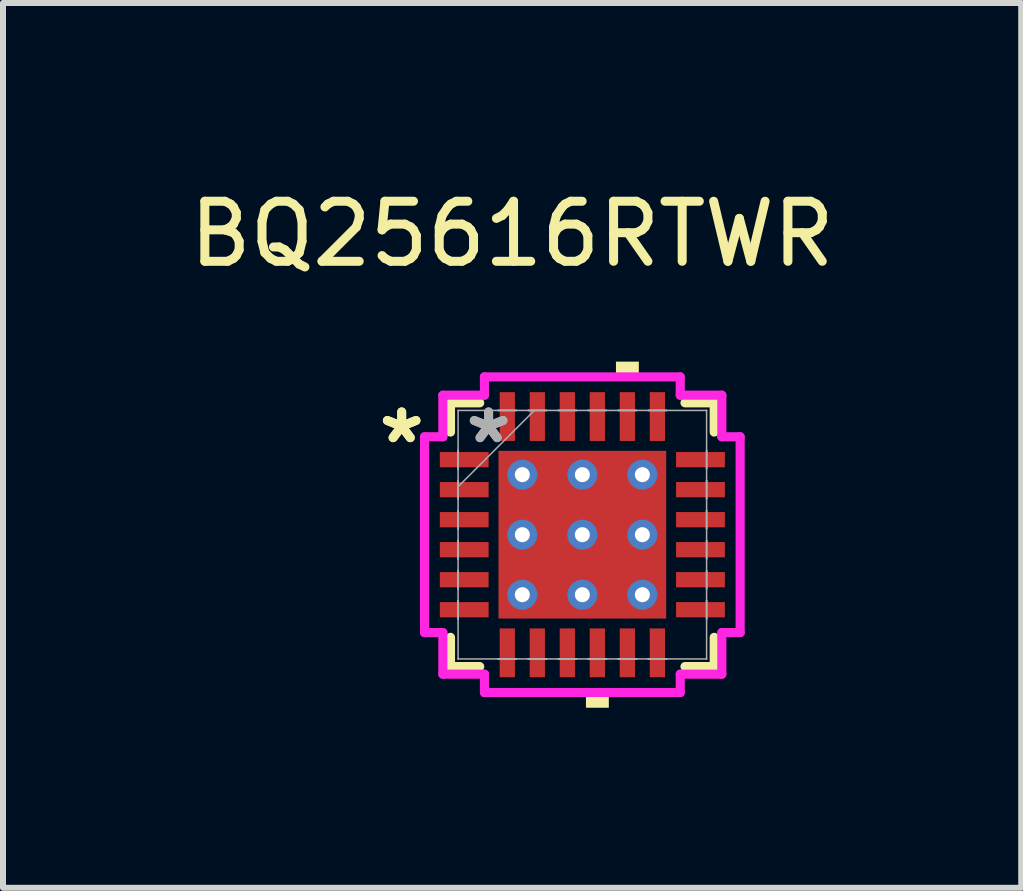
<source format=kicad_pcb>
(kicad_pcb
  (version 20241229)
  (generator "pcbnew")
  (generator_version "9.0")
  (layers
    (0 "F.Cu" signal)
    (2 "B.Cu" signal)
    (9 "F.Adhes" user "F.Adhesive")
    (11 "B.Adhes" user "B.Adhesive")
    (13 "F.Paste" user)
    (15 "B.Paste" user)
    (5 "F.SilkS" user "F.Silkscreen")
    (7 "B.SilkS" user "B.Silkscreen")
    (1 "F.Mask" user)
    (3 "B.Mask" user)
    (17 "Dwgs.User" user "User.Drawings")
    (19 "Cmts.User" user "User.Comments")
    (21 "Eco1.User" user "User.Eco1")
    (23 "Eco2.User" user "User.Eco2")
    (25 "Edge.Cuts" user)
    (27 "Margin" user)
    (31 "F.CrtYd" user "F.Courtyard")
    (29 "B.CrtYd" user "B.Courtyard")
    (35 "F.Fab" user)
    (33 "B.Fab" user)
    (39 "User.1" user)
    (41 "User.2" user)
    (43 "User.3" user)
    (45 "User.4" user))
  (footprint "BQ25616RTWR"
    (layer "F.Cu")
    (at 6.652 5.858)
    (property "Reference" "BQ25616RTWR" (at -1.17 -5.01 0) (unlocked yes) (layer "F.SilkS") (effects (font (size 1 1) (thickness 0.15))))
    (attr smd)
    (fp_line (start -2.197 -2.197) (end -2.197 -1.71) (stroke (width 0.152) (type solid)) (layer "F.SilkS"))
    (fp_line (start -2.197 1.71) (end -2.197 2.197) (stroke (width 0.152) (type solid)) (layer "F.SilkS"))
    (fp_line (start -2.197 2.197) (end -1.71 2.197) (stroke (width 0.152) (type solid)) (layer "F.SilkS"))
    (fp_line (start -1.71 -2.197) (end -2.197 -2.197) (stroke (width 0.152) (type solid)) (layer "F.SilkS"))
    (fp_line (start 1.71 2.197) (end 2.197 2.197) (stroke (width 0.152) (type solid)) (layer "F.SilkS"))
    (fp_line (start 2.197 -2.197) (end 1.71 -2.197) (stroke (width 0.152) (type solid)) (layer "F.SilkS"))
    (fp_line (start 2.197 -1.71) (end 2.197 -2.197) (stroke (width 0.152) (type solid)) (layer "F.SilkS"))
    (fp_line (start 2.197 2.197) (end 2.197 1.71) (stroke (width 0.152) (type solid)) (layer "F.SilkS"))
    (fp_poly (pts (xy 0.06 2.629) (xy 0.06 2.883) (xy 0.441 2.883) (xy 0.441 2.629)) (stroke (width 0) (type solid)) (fill yes) (layer "F.SilkS"))
    (fp_poly (pts (xy 0.56 -2.629) (xy 0.56 -2.883) (xy 0.941 -2.883) (xy 0.941 -2.629)) (stroke (width 0) (type solid)) (fill yes) (layer "F.SilkS"))
    (fp_poly (pts (xy -1.297 -1.297) (xy -1.297 -0.1) (xy -0.1 -0.1) (xy -0.1 -1.297)) (stroke (width 0) (type solid)) (fill yes) (layer "F.Paste"))
    (fp_poly (pts (xy -1.297 0.1) (xy -1.297 1.297) (xy -0.1 1.297) (xy -0.1 0.1)) (stroke (width 0) (type solid)) (fill yes) (layer "F.Paste"))
    (fp_poly (pts (xy 0.1 -1.297) (xy 0.1 -0.1) (xy 1.297 -0.1) (xy 1.297 -1.297)) (stroke (width 0) (type solid)) (fill yes) (layer "F.Paste"))
    (fp_poly (pts (xy 0.1 0.1) (xy 0.1 1.297) (xy 1.297 1.297) (xy 1.297 0.1)) (stroke (width 0) (type solid)) (fill yes) (layer "F.Paste"))
    (fp_line (start -2.629 -1.631) (end -2.324 -1.631) (stroke (width 0.152) (type solid)) (layer "F.CrtYd"))
    (fp_line (start -2.629 1.631) (end -2.629 -1.631) (stroke (width 0.152) (type solid)) (layer "F.CrtYd"))
    (fp_line (start -2.324 -2.324) (end -1.631 -2.324) (stroke (width 0.152) (type solid)) (layer "F.CrtYd"))
    (fp_line (start -2.324 -1.631) (end -2.324 -2.324) (stroke (width 0.152) (type solid)) (layer "F.CrtYd"))
    (fp_line (start -2.324 1.631) (end -2.629 1.631) (stroke (width 0.152) (type solid)) (layer "F.CrtYd"))
    (fp_line (start -2.324 2.324) (end -2.324 1.631) (stroke (width 0.152) (type solid)) (layer "F.CrtYd"))
    (fp_line (start -1.631 -2.629) (end 1.631 -2.629) (stroke (width 0.152) (type solid)) (layer "F.CrtYd"))
    (fp_line (start -1.631 -2.324) (end -1.631 -2.629) (stroke (width 0.152) (type solid)) (layer "F.CrtYd"))
    (fp_line (start -1.631 2.324) (end -2.324 2.324) (stroke (width 0.152) (type solid)) (layer "F.CrtYd"))
    (fp_line (start -1.631 2.629) (end -1.631 2.324) (stroke (width 0.152) (type solid)) (layer "F.CrtYd"))
    (fp_line (start 1.631 -2.629) (end 1.631 -2.324) (stroke (width 0.152) (type solid)) (layer "F.CrtYd"))
    (fp_line (start 1.631 -2.324) (end 2.324 -2.324) (stroke (width 0.152) (type solid)) (layer "F.CrtYd"))
    (fp_line (start 1.631 2.324) (end 1.631 2.629) (stroke (width 0.152) (type solid)) (layer "F.CrtYd"))
    (fp_line (start 1.631 2.629) (end -1.631 2.629) (stroke (width 0.152) (type solid)) (layer "F.CrtYd"))
    (fp_line (start 2.324 -2.324) (end 2.324 -1.631) (stroke (width 0.152) (type solid)) (layer "F.CrtYd"))
    (fp_line (start 2.324 -1.631) (end 2.629 -1.631) (stroke (width 0.152) (type solid)) (layer "F.CrtYd"))
    (fp_line (start 2.324 1.631) (end 2.324 2.324) (stroke (width 0.152) (type solid)) (layer "F.CrtYd"))
    (fp_line (start 2.324 2.324) (end 1.631 2.324) (stroke (width 0.152) (type solid)) (layer "F.CrtYd"))
    (fp_line (start 2.629 -1.631) (end 2.629 1.631) (stroke (width 0.152) (type solid)) (layer "F.CrtYd"))
    (fp_line (start 2.629 1.631) (end 2.324 1.631) (stroke (width 0.152) (type solid)) (layer "F.CrtYd"))
    (fp_line (start -2.07 -2.07) (end -2.07 -2.07) (stroke (width 0.025) (type solid)) (layer "F.Fab"))
    (fp_line (start -2.07 -2.07) (end -2.07 2.07) (stroke (width 0.025) (type solid)) (layer "F.Fab"))
    (fp_line (start -2.07 -1.403) (end -2.07 -1.403) (stroke (width 0.025) (type solid)) (layer "F.Fab"))
    (fp_line (start -2.07 -1.403) (end -2.07 -1.098) (stroke (width 0.025) (type solid)) (layer "F.Fab"))
    (fp_line (start -2.07 -1.098) (end -2.07 -1.403) (stroke (width 0.025) (type solid)) (layer "F.Fab"))
    (fp_line (start -2.07 -1.098) (end -2.07 -1.098) (stroke (width 0.025) (type solid)) (layer "F.Fab"))
    (fp_line (start -2.07 -0.903) (end -2.07 -0.903) (stroke (width 0.025) (type solid)) (layer "F.Fab"))
    (fp_line (start -2.07 -0.903) (end -2.07 -0.598) (stroke (width 0.025) (type solid)) (layer "F.Fab"))
    (fp_line (start -2.07 -0.8) (end -0.8 -2.07) (stroke (width 0.025) (type solid)) (layer "F.Fab"))
    (fp_line (start -2.07 -0.598) (end -2.07 -0.903) (stroke (width 0.025) (type solid)) (layer "F.Fab"))
    (fp_line (start -2.07 -0.598) (end -2.07 -0.598) (stroke (width 0.025) (type solid)) (layer "F.Fab"))
    (fp_line (start -2.07 -0.402) (end -2.07 -0.402) (stroke (width 0.025) (type solid)) (layer "F.Fab"))
    (fp_line (start -2.07 -0.402) (end -2.07 -0.098) (stroke (width 0.025) (type solid)) (layer "F.Fab"))
    (fp_line (start -2.07 -0.098) (end -2.07 -0.402) (stroke (width 0.025) (type solid)) (layer "F.Fab"))
    (fp_line (start -2.07 -0.098) (end -2.07 -0.098) (stroke (width 0.025) (type solid)) (layer "F.Fab"))
    (fp_line (start -2.07 0.098) (end -2.07 0.098) (stroke (width 0.025) (type solid)) (layer "F.Fab"))
    (fp_line (start -2.07 0.098) (end -2.07 0.402) (stroke (width 0.025) (type solid)) (layer "F.Fab"))
    (fp_line (start -2.07 0.402) (end -2.07 0.098) (stroke (width 0.025) (type solid)) (layer "F.Fab"))
    (fp_line (start -2.07 0.402) (end -2.07 0.402) (stroke (width 0.025) (type solid)) (layer "F.Fab"))
    (fp_line (start -2.07 0.598) (end -2.07 0.598) (stroke (width 0.025) (type solid)) (layer "F.Fab"))
    (fp_line (start -2.07 0.598) (end -2.07 0.903) (stroke (width 0.025) (type solid)) (layer "F.Fab"))
    (fp_line (start -2.07 0.903) (end -2.07 0.598) (stroke (width 0.025) (type solid)) (layer "F.Fab"))
    (fp_line (start -2.07 0.903) (end -2.07 0.903) (stroke (width 0.025) (type solid)) (layer "F.Fab"))
    (fp_line (start -2.07 1.098) (end -2.07 1.098) (stroke (width 0.025) (type solid)) (layer "F.Fab"))
    (fp_line (start -2.07 1.098) (end -2.07 1.403) (stroke (width 0.025) (type solid)) (layer "F.Fab"))
    (fp_line (start -2.07 1.403) (end -2.07 1.098) (stroke (width 0.025) (type solid)) (layer "F.Fab"))
    (fp_line (start -2.07 1.403) (end -2.07 1.403) (stroke (width 0.025) (type solid)) (layer "F.Fab"))
    (fp_line (start -2.07 2.07) (end -2.07 2.07) (stroke (width 0.025) (type solid)) (layer "F.Fab"))
    (fp_line (start -2.07 2.07) (end 2.07 2.07) (stroke (width 0.025) (type solid)) (layer "F.Fab"))
    (fp_line (start -1.403 -2.07) (end -1.403 -2.07) (stroke (width 0.025) (type solid)) (layer "F.Fab"))
    (fp_line (start -1.403 -2.07) (end -1.098 -2.07) (stroke (width 0.025) (type solid)) (layer "F.Fab"))
    (fp_line (start -1.403 2.07) (end -1.403 2.07) (stroke (width 0.025) (type solid)) (layer "F.Fab"))
    (fp_line (start -1.403 2.07) (end -1.098 2.07) (stroke (width 0.025) (type solid)) (layer "F.Fab"))
    (fp_line (start -1.098 -2.07) (end -1.403 -2.07) (stroke (width 0.025) (type solid)) (layer "F.Fab"))
    (fp_line (start -1.098 -2.07) (end -1.098 -2.07) (stroke (width 0.025) (type solid)) (layer "F.Fab"))
    (fp_line (start -1.098 2.07) (end -1.403 2.07) (stroke (width 0.025) (type solid)) (layer "F.Fab"))
    (fp_line (start -1.098 2.07) (end -1.098 2.07) (stroke (width 0.025) (type solid)) (layer "F.Fab"))
    (fp_line (start -0.903 -2.07) (end -0.903 -2.07) (stroke (width 0.025) (type solid)) (layer "F.Fab"))
    (fp_line (start -0.903 -2.07) (end -0.598 -2.07) (stroke (width 0.025) (type solid)) (layer "F.Fab"))
    (fp_line (start -0.903 2.07) (end -0.903 2.07) (stroke (width 0.025) (type solid)) (layer "F.Fab"))
    (fp_line (start -0.903 2.07) (end -0.598 2.07) (stroke (width 0.025) (type solid)) (layer "F.Fab"))
    (fp_line (start -0.598 -2.07) (end -0.903 -2.07) (stroke (width 0.025) (type solid)) (layer "F.Fab"))
    (fp_line (start -0.598 -2.07) (end -0.598 -2.07) (stroke (width 0.025) (type solid)) (layer "F.Fab"))
    (fp_line (start -0.598 2.07) (end -0.903 2.07) (stroke (width 0.025) (type solid)) (layer "F.Fab"))
    (fp_line (start -0.598 2.07) (end -0.598 2.07) (stroke (width 0.025) (type solid)) (layer "F.Fab"))
    (fp_line (start -0.402 -2.07) (end -0.402 -2.07) (stroke (width 0.025) (type solid)) (layer "F.Fab"))
    (fp_line (start -0.402 -2.07) (end -0.098 -2.07) (stroke (width 0.025) (type solid)) (layer "F.Fab"))
    (fp_line (start -0.402 2.07) (end -0.402 2.07) (stroke (width 0.025) (type solid)) (layer "F.Fab"))
    (fp_line (start -0.402 2.07) (end -0.098 2.07) (stroke (width 0.025) (type solid)) (layer "F.Fab"))
    (fp_line (start -0.098 -2.07) (end -0.402 -2.07) (stroke (width 0.025) (type solid)) (layer "F.Fab"))
    (fp_line (start -0.098 -2.07) (end -0.098 -2.07) (stroke (width 0.025) (type solid)) (layer "F.Fab"))
    (fp_line (start -0.098 2.07) (end -0.402 2.07) (stroke (width 0.025) (type solid)) (layer "F.Fab"))
    (fp_line (start -0.098 2.07) (end -0.098 2.07) (stroke (width 0.025) (type solid)) (layer "F.Fab"))
    (fp_line (start 0.098 -2.07) (end 0.098 -2.07) (stroke (width 0.025) (type solid)) (layer "F.Fab"))
    (fp_line (start 0.098 -2.07) (end 0.402 -2.07) (stroke (width 0.025) (type solid)) (layer "F.Fab"))
    (fp_line (start 0.098 2.07) (end 0.098 2.07) (stroke (width 0.025) (type solid)) (layer "F.Fab"))
    (fp_line (start 0.098 2.07) (end 0.402 2.07) (stroke (width 0.025) (type solid)) (layer "F.Fab"))
    (fp_line (start 0.402 -2.07) (end 0.098 -2.07) (stroke (width 0.025) (type solid)) (layer "F.Fab"))
    (fp_line (start 0.402 -2.07) (end 0.402 -2.07) (stroke (width 0.025) (type solid)) (layer "F.Fab"))
    (fp_line (start 0.402 2.07) (end 0.098 2.07) (stroke (width 0.025) (type solid)) (layer "F.Fab"))
    (fp_line (start 0.402 2.07) (end 0.402 2.07) (stroke (width 0.025) (type solid)) (layer "F.Fab"))
    (fp_line (start 0.598 -2.07) (end 0.598 -2.07) (stroke (width 0.025) (type solid)) (layer "F.Fab"))
    (fp_line (start 0.598 -2.07) (end 0.903 -2.07) (stroke (width 0.025) (type solid)) (layer "F.Fab"))
    (fp_line (start 0.598 2.07) (end 0.598 2.07) (stroke (width 0.025) (type solid)) (layer "F.Fab"))
    (fp_line (start 0.598 2.07) (end 0.903 2.07) (stroke (width 0.025) (type solid)) (layer "F.Fab"))
    (fp_line (start 0.903 -2.07) (end 0.598 -2.07) (stroke (width 0.025) (type solid)) (layer "F.Fab"))
    (fp_line (start 0.903 -2.07) (end 0.903 -2.07) (stroke (width 0.025) (type solid)) (layer "F.Fab"))
    (fp_line (start 0.903 2.07) (end 0.598 2.07) (stroke (width 0.025) (type solid)) (layer "F.Fab"))
    (fp_line (start 0.903 2.07) (end 0.903 2.07) (stroke (width 0.025) (type solid)) (layer "F.Fab"))
    (fp_line (start 1.098 -2.07) (end 1.098 -2.07) (stroke (width 0.025) (type solid)) (layer "F.Fab"))
    (fp_line (start 1.098 -2.07) (end 1.403 -2.07) (stroke (width 0.025) (type solid)) (layer "F.Fab"))
    (fp_line (start 1.098 2.07) (end 1.098 2.07) (stroke (width 0.025) (type solid)) (layer "F.Fab"))
    (fp_line (start 1.098 2.07) (end 1.403 2.07) (stroke (width 0.025) (type solid)) (layer "F.Fab"))
    (fp_line (start 1.403 -2.07) (end 1.098 -2.07) (stroke (width 0.025) (type solid)) (layer "F.Fab"))
    (fp_line (start 1.403 -2.07) (end 1.403 -2.07) (stroke (width 0.025) (type solid)) (layer "F.Fab"))
    (fp_line (start 1.403 2.07) (end 1.098 2.07) (stroke (width 0.025) (type solid)) (layer "F.Fab"))
    (fp_line (start 1.403 2.07) (end 1.403 2.07) (stroke (width 0.025) (type solid)) (layer "F.Fab"))
    (fp_line (start 2.07 -2.07) (end -2.07 -2.07) (stroke (width 0.025) (type solid)) (layer "F.Fab"))
    (fp_line (start 2.07 -2.07) (end 2.07 -2.07) (stroke (width 0.025) (type solid)) (layer "F.Fab"))
    (fp_line (start 2.07 -1.403) (end 2.07 -1.403) (stroke (width 0.025) (type solid)) (layer "F.Fab"))
    (fp_line (start 2.07 -1.403) (end 2.07 -1.098) (stroke (width 0.025) (type solid)) (layer "F.Fab"))
    (fp_line (start 2.07 -1.098) (end 2.07 -1.403) (stroke (width 0.025) (type solid)) (layer "F.Fab"))
    (fp_line (start 2.07 -1.098) (end 2.07 -1.098) (stroke (width 0.025) (type solid)) (layer "F.Fab"))
    (fp_line (start 2.07 -0.903) (end 2.07 -0.903) (stroke (width 0.025) (type solid)) (layer "F.Fab"))
    (fp_line (start 2.07 -0.903) (end 2.07 -0.598) (stroke (width 0.025) (type solid)) (layer "F.Fab"))
    (fp_line (start 2.07 -0.598) (end 2.07 -0.903) (stroke (width 0.025) (type solid)) (layer "F.Fab"))
    (fp_line (start 2.07 -0.598) (end 2.07 -0.598) (stroke (width 0.025) (type solid)) (layer "F.Fab"))
    (fp_line (start 2.07 -0.402) (end 2.07 -0.402) (stroke (width 0.025) (type solid)) (layer "F.Fab"))
    (fp_line (start 2.07 -0.402) (end 2.07 -0.098) (stroke (width 0.025) (type solid)) (layer "F.Fab"))
    (fp_line (start 2.07 -0.098) (end 2.07 -0.402) (stroke (width 0.025) (type solid)) (layer "F.Fab"))
    (fp_line (start 2.07 -0.098) (end 2.07 -0.098) (stroke (width 0.025) (type solid)) (layer "F.Fab"))
    (fp_line (start 2.07 0.098) (end 2.07 0.098) (stroke (width 0.025) (type solid)) (layer "F.Fab"))
    (fp_line (start 2.07 0.098) (end 2.07 0.402) (stroke (width 0.025) (type solid)) (layer "F.Fab"))
    (fp_line (start 2.07 0.402) (end 2.07 0.098) (stroke (width 0.025) (type solid)) (layer "F.Fab"))
    (fp_line (start 2.07 0.402) (end 2.07 0.402) (stroke (width 0.025) (type solid)) (layer "F.Fab"))
    (fp_line (start 2.07 0.598) (end 2.07 0.598) (stroke (width 0.025) (type solid)) (layer "F.Fab"))
    (fp_line (start 2.07 0.598) (end 2.07 0.903) (stroke (width 0.025) (type solid)) (layer "F.Fab"))
    (fp_line (start 2.07 0.903) (end 2.07 0.598) (stroke (width 0.025) (type solid)) (layer "F.Fab"))
    (fp_line (start 2.07 0.903) (end 2.07 0.903) (stroke (width 0.025) (type solid)) (layer "F.Fab"))
    (fp_line (start 2.07 1.098) (end 2.07 1.098) (stroke (width 0.025) (type solid)) (layer "F.Fab"))
    (fp_line (start 2.07 1.098) (end 2.07 1.403) (stroke (width 0.025) (type solid)) (layer "F.Fab"))
    (fp_line (start 2.07 1.403) (end 2.07 1.098) (stroke (width 0.025) (type solid)) (layer "F.Fab"))
    (fp_line (start 2.07 1.403) (end 2.07 1.403) (stroke (width 0.025) (type solid)) (layer "F.Fab"))
    (fp_line (start 2.07 2.07) (end 2.07 -2.07) (stroke (width 0.025) (type solid)) (layer "F.Fab"))
    (fp_line (start 2.07 2.07) (end 2.07 2.07) (stroke (width 0.025) (type solid)) (layer "F.Fab"))
    (fp_text user "*" (at -3.01 -1.5 0) (layer "F.SilkS") (effects (font (size 1 1) (thickness 0.15))))
    (fp_text user "*" (at -3.01 -1.5 0) (unlocked yes) (layer "F.SilkS") (effects (font (size 1 1) (thickness 0.15))))
    (fp_text user "*" (at -1.562 -1.5 0) (unlocked yes) (layer "F.Fab") (effects (font (size 1 1) (thickness 0.15))))
    (fp_text user "*" (at -1.562 -1.5 0) (layer "F.Fab") (effects (font (size 1 1) (thickness 0.15))))
    (pad "1" smd rect (at -1.968 -1.25 90) (size 0.254 0.813) (layers "F.Cu" "F.Mask" "F.Paste"))
    (pad "2" smd rect (at -1.968 -0.75 90) (size 0.254 0.813) (layers "F.Cu" "F.Mask" "F.Paste"))
    (pad "3" smd rect (at -1.968 -0.25 90) (size 0.254 0.813) (layers "F.Cu" "F.Mask" "F.Paste"))
    (pad "4" smd rect (at -1.968 0.25 90) (size 0.254 0.813) (layers "F.Cu" "F.Mask" "F.Paste"))
    (pad "5" smd rect (at -1.968 0.75 90) (size 0.254 0.813) (layers "F.Cu" "F.Mask" "F.Paste"))
    (pad "6" smd rect (at -1.968 1.25 90) (size 0.254 0.813) (layers "F.Cu" "F.Mask" "F.Paste"))
    (pad "7" smd rect (at -1.25 1.968) (size 0.254 0.813) (layers "F.Cu" "F.Mask" "F.Paste"))
    (pad "8" smd rect (at -0.75 1.968) (size 0.254 0.813) (layers "F.Cu" "F.Mask" "F.Paste"))
    (pad "9" smd rect (at -0.25 1.968) (size 0.254 0.813) (layers "F.Cu" "F.Mask" "F.Paste"))
    (pad "10" smd rect (at 0.25 1.968) (size 0.254 0.813) (layers "F.Cu" "F.Mask" "F.Paste"))
    (pad "11" smd rect (at 0.75 1.968) (size 0.254 0.813) (layers "F.Cu" "F.Mask" "F.Paste"))
    (pad "12" smd rect (at 1.25 1.968) (size 0.254 0.813) (layers "F.Cu" "F.Mask" "F.Paste"))
    (pad "13" smd rect (at 1.968 1.25 90) (size 0.254 0.813) (layers "F.Cu" "F.Mask" "F.Paste"))
    (pad "14" smd rect (at 1.968 0.75 90) (size 0.254 0.813) (layers "F.Cu" "F.Mask" "F.Paste"))
    (pad "15" smd rect (at 1.968 0.25 90) (size 0.254 0.813) (layers "F.Cu" "F.Mask" "F.Paste"))
    (pad "16" smd rect (at 1.968 -0.25 90) (size 0.254 0.813) (layers "F.Cu" "F.Mask" "F.Paste"))
    (pad "17" smd rect (at 1.968 -0.75 90) (size 0.254 0.813) (layers "F.Cu" "F.Mask" "F.Paste"))
    (pad "18" smd rect (at 1.968 -1.25 90) (size 0.254 0.813) (layers "F.Cu" "F.Mask" "F.Paste"))
    (pad "19" smd rect (at 1.25 -1.968) (size 0.254 0.813) (layers "F.Cu" "F.Mask" "F.Paste"))
    (pad "20" smd rect (at 0.75 -1.968) (size 0.254 0.813) (layers "F.Cu" "F.Mask" "F.Paste"))
    (pad "21" smd rect (at 0.25 -1.968) (size 0.254 0.813) (layers "F.Cu" "F.Mask" "F.Paste"))
    (pad "22" smd rect (at -0.25 -1.968) (size 0.254 0.813) (layers "F.Cu" "F.Mask" "F.Paste"))
    (pad "23" smd rect (at -0.75 -1.968) (size 0.254 0.813) (layers "F.Cu" "F.Mask" "F.Paste"))
    (pad "24" smd rect (at -1.25 -1.968) (size 0.254 0.813) (layers "F.Cu" "F.Mask" "F.Paste"))
    (pad "25" thru_hole circle (at -1 -1) (size 0.5 0.5) (drill 0.25) (layers "*.Cu" "*.Mask"))
    (pad "25" thru_hole circle (at -1 0) (size 0.5 0.5) (drill 0.25) (layers "*.Cu" "*.Mask"))
    (pad "25" thru_hole circle (at -1 1) (size 0.5 0.5) (drill 0.25) (layers "*.Cu" "*.Mask"))
    (pad "25" thru_hole circle (at 0 -1) (size 0.5 0.5) (drill 0.25) (layers "*.Cu" "*.Mask"))
    (pad "25" thru_hole circle (at 0 0) (size 0.5 0.5) (drill 0.25) (layers "*.Cu" "*.Mask"))
    (pad "25" smd rect (at 0 0) (size 2.794 2.794) (layers "F.Cu" "F.Mask"))
    (pad "25" thru_hole circle (at 0 1) (size 0.5 0.5) (drill 0.25) (layers "*.Cu" "*.Mask"))
    (pad "25" thru_hole circle (at 1 -1) (size 0.5 0.5) (drill 0.25) (layers "*.Cu" "*.Mask"))
    (pad "25" thru_hole circle (at 1 0) (size 0.5 0.5) (drill 0.25) (layers "*.Cu" "*.Mask"))
    (pad "25" thru_hole circle (at 1 1) (size 0.5 0.5) (drill 0.25) (layers "*.Cu" "*.Mask")))
  (gr_rect
    (start -3 -3)
    (end 13.964 11.741)
    (stroke (width 0.1) (type default))
    (fill no)
    (layer "Edge.Cuts")))
</source>
